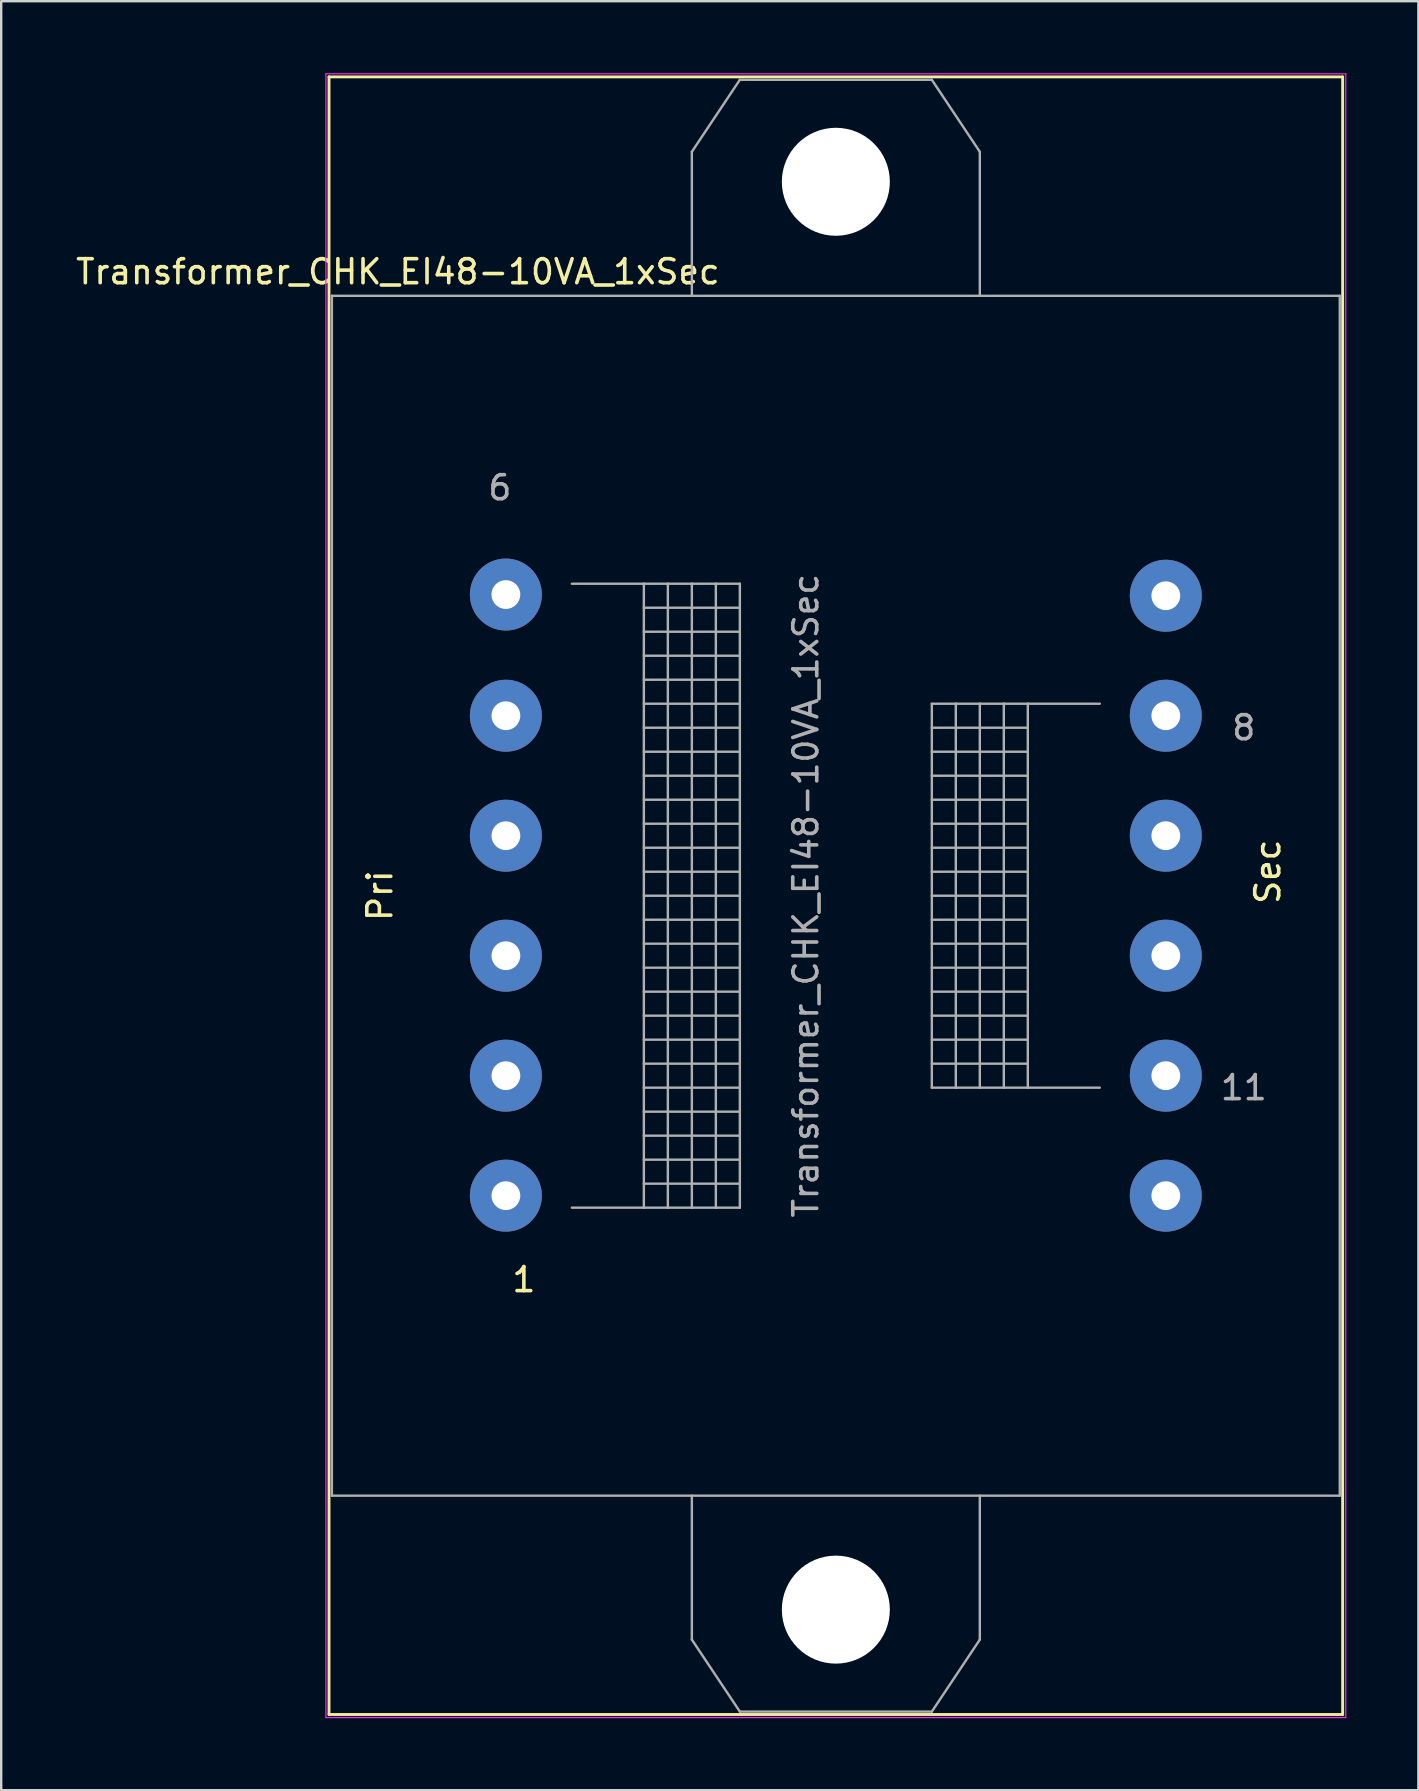
<source format=kicad_pcb>
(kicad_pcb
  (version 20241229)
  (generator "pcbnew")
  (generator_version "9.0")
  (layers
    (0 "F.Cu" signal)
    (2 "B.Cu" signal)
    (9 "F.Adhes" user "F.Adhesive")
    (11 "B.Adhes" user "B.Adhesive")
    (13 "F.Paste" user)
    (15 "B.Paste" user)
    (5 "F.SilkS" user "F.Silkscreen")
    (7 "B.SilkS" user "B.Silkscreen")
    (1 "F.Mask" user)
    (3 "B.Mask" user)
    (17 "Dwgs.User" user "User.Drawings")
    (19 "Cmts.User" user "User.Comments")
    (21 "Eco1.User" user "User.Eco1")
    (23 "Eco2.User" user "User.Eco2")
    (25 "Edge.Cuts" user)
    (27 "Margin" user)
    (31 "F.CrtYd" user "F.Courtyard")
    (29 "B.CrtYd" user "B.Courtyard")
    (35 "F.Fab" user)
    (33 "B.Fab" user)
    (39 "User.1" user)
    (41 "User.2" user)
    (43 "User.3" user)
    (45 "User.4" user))
  (footprint "Transformer_CHK_EI48-10VA_1xSec"
    (layer "F.Cu")
    (at 18.03 46.775)
    (property "Reference" "Transformer_CHK_EI48-10VA_1xSec" (at -4.5 -38.5 0) (layer "F.SilkS") (effects (font (size 1 1) (thickness 0.15))))
    (attr through_hole)
    (fp_line (start -7.37 -46.62) (end -7.37 21.62) (stroke (width 0.12) (type solid)) (layer "F.SilkS"))
    (fp_line (start -7.37 -46.62) (end 34.87 -46.62) (stroke (width 0.12) (type solid)) (layer "F.SilkS"))
    (fp_line (start 34.87 21.62) (end -7.37 21.62) (stroke (width 0.12) (type solid)) (layer "F.SilkS"))
    (fp_line (start 34.87 21.62) (end 34.87 -46.62) (stroke (width 0.12) (type solid)) (layer "F.SilkS"))
    (fp_line (start -7.5 -46.75) (end -7.5 21.75) (stroke (width 0.05) (type solid)) (layer "F.CrtYd"))
    (fp_line (start -7.5 -46.75) (end 35 -46.75) (stroke (width 0.05) (type solid)) (layer "F.CrtYd"))
    (fp_line (start 35 21.75) (end -7.5 21.75) (stroke (width 0.05) (type solid)) (layer "F.CrtYd"))
    (fp_line (start 35 21.75) (end 35 -46.75) (stroke (width 0.05) (type solid)) (layer "F.CrtYd"))
    (fp_line (start -7.25 -37.5) (end -7.25 12.5) (stroke (width 0.1) (type solid)) (layer "F.Fab"))
    (fp_line (start -7.25 12.5) (end 34.75 12.5) (stroke (width 0.1) (type solid)) (layer "F.Fab"))
    (fp_line (start 2.75 0.5) (end 5.75 0.5) (stroke (width 0.1) (type solid)) (layer "F.Fab"))
    (fp_line (start 5.75 -25.5) (end 2.75 -25.5) (stroke (width 0.1) (type solid)) (layer "F.Fab"))
    (fp_line (start 5.75 -25.5) (end 6.75 -25.5) (stroke (width 0.1) (type solid)) (layer "F.Fab"))
    (fp_line (start 5.75 -24.5) (end 9.75 -24.5) (stroke (width 0.1) (type solid)) (layer "F.Fab"))
    (fp_line (start 5.75 -23.5) (end 9.75 -23.5) (stroke (width 0.1) (type solid)) (layer "F.Fab"))
    (fp_line (start 5.75 -22.5) (end 9.75 -22.5) (stroke (width 0.1) (type solid)) (layer "F.Fab"))
    (fp_line (start 5.75 -21.5) (end 9.75 -21.5) (stroke (width 0.1) (type solid)) (layer "F.Fab"))
    (fp_line (start 5.75 -20.5) (end 9.75 -20.5) (stroke (width 0.1) (type solid)) (layer "F.Fab"))
    (fp_line (start 5.75 -19.5) (end 9.75 -19.5) (stroke (width 0.1) (type solid)) (layer "F.Fab"))
    (fp_line (start 5.75 -18.5) (end 9.75 -18.5) (stroke (width 0.1) (type solid)) (layer "F.Fab"))
    (fp_line (start 5.75 -17.5) (end 9.75 -17.5) (stroke (width 0.1) (type solid)) (layer "F.Fab"))
    (fp_line (start 5.75 -16.5) (end 9.75 -16.5) (stroke (width 0.1) (type solid)) (layer "F.Fab"))
    (fp_line (start 5.75 -15.5) (end 9.75 -15.5) (stroke (width 0.1) (type solid)) (layer "F.Fab"))
    (fp_line (start 5.75 -14.5) (end 9.75 -14.5) (stroke (width 0.1) (type solid)) (layer "F.Fab"))
    (fp_line (start 5.75 -13.5) (end 9.75 -13.5) (stroke (width 0.1) (type solid)) (layer "F.Fab"))
    (fp_line (start 5.75 -12.5) (end 9.75 -12.5) (stroke (width 0.1) (type solid)) (layer "F.Fab"))
    (fp_line (start 5.75 -11.5) (end 9.75 -11.5) (stroke (width 0.1) (type solid)) (layer "F.Fab"))
    (fp_line (start 5.75 -10.5) (end 9.75 -10.5) (stroke (width 0.1) (type solid)) (layer "F.Fab"))
    (fp_line (start 5.75 -9.5) (end 9.75 -9.5) (stroke (width 0.1) (type solid)) (layer "F.Fab"))
    (fp_line (start 5.75 -8.5) (end 9.75 -8.5) (stroke (width 0.1) (type solid)) (layer "F.Fab"))
    (fp_line (start 5.75 -7.5) (end 9.75 -7.5) (stroke (width 0.1) (type solid)) (layer "F.Fab"))
    (fp_line (start 5.75 -5.5) (end 9.75 -5.5) (stroke (width 0.1) (type solid)) (layer "F.Fab"))
    (fp_line (start 5.75 -4.5) (end 9.75 -4.5) (stroke (width 0.1) (type solid)) (layer "F.Fab"))
    (fp_line (start 5.75 -3.5) (end 9.75 -3.5) (stroke (width 0.1) (type solid)) (layer "F.Fab"))
    (fp_line (start 5.75 -2.5) (end 9.75 -2.5) (stroke (width 0.1) (type solid)) (layer "F.Fab"))
    (fp_line (start 5.75 -0.5) (end 9.75 -0.5) (stroke (width 0.1) (type solid)) (layer "F.Fab"))
    (fp_line (start 5.75 0.5) (end 5.75 -25.5) (stroke (width 0.1) (type solid)) (layer "F.Fab"))
    (fp_line (start 6.75 -25.5) (end 6.75 0.5) (stroke (width 0.1) (type solid)) (layer "F.Fab"))
    (fp_line (start 6.75 -25.5) (end 7.75 -25.5) (stroke (width 0.1) (type solid)) (layer "F.Fab"))
    (fp_line (start 6.75 -6.5) (end 5.75 -6.5) (stroke (width 0.1) (type solid)) (layer "F.Fab"))
    (fp_line (start 6.75 -6.5) (end 9.75 -6.5) (stroke (width 0.1) (type solid)) (layer "F.Fab"))
    (fp_line (start 6.75 -1.5) (end 5.75 -1.5) (stroke (width 0.1) (type solid)) (layer "F.Fab"))
    (fp_line (start 6.75 -1.5) (end 9.75 -1.5) (stroke (width 0.1) (type solid)) (layer "F.Fab"))
    (fp_line (start 6.75 0.5) (end 5.75 0.5) (stroke (width 0.1) (type solid)) (layer "F.Fab"))
    (fp_line (start 7.75 -43.5) (end 7.75 -37.5) (stroke (width 0.1) (type solid)) (layer "F.Fab"))
    (fp_line (start 7.75 -25.5) (end 7.75 0.5) (stroke (width 0.1) (type solid)) (layer "F.Fab"))
    (fp_line (start 7.75 -25.5) (end 8.75 -25.5) (stroke (width 0.1) (type solid)) (layer "F.Fab"))
    (fp_line (start 7.75 0.5) (end 6.75 0.5) (stroke (width 0.1) (type solid)) (layer "F.Fab"))
    (fp_line (start 7.75 18.5) (end 7.75 12.5) (stroke (width 0.1) (type solid)) (layer "F.Fab"))
    (fp_line (start 8.75 -25.5) (end 8.75 0.5) (stroke (width 0.1) (type solid)) (layer "F.Fab"))
    (fp_line (start 8.75 -25.5) (end 9.75 -25.5) (stroke (width 0.1) (type solid)) (layer "F.Fab"))
    (fp_line (start 8.75 0.5) (end 7.75 0.5) (stroke (width 0.1) (type solid)) (layer "F.Fab"))
    (fp_line (start 9.75 -46.5) (end 7.75 -43.5) (stroke (width 0.1) (type solid)) (layer "F.Fab"))
    (fp_line (start 9.75 -25.5) (end 9.75 0.5) (stroke (width 0.1) (type solid)) (layer "F.Fab"))
    (fp_line (start 9.75 0.5) (end 8.75 0.5) (stroke (width 0.1) (type solid)) (layer "F.Fab"))
    (fp_line (start 9.75 21.5) (end 7.75 18.5) (stroke (width 0.1) (type solid)) (layer "F.Fab"))
    (fp_line (start 17.75 -46.5) (end 9.75 -46.5) (stroke (width 0.1) (type solid)) (layer "F.Fab"))
    (fp_line (start 17.75 -20.5) (end 17.75 -4.5) (stroke (width 0.1) (type solid)) (layer "F.Fab"))
    (fp_line (start 17.75 -19.5) (end 21.75 -19.5) (stroke (width 0.1) (type solid)) (layer "F.Fab"))
    (fp_line (start 17.75 -18.5) (end 21.75 -18.5) (stroke (width 0.1) (type solid)) (layer "F.Fab"))
    (fp_line (start 17.75 -17.5) (end 21.75 -17.5) (stroke (width 0.1) (type solid)) (layer "F.Fab"))
    (fp_line (start 17.75 -16.5) (end 21.75 -16.5) (stroke (width 0.1) (type solid)) (layer "F.Fab"))
    (fp_line (start 17.75 -15.5) (end 21.75 -15.5) (stroke (width 0.1) (type solid)) (layer "F.Fab"))
    (fp_line (start 17.75 -13.5) (end 21.75 -13.5) (stroke (width 0.1) (type solid)) (layer "F.Fab"))
    (fp_line (start 17.75 -12.5) (end 21.75 -12.5) (stroke (width 0.1) (type solid)) (layer "F.Fab"))
    (fp_line (start 17.75 -11.5) (end 21.75 -11.5) (stroke (width 0.1) (type solid)) (layer "F.Fab"))
    (fp_line (start 17.75 -10.5) (end 21.75 -10.5) (stroke (width 0.1) (type solid)) (layer "F.Fab"))
    (fp_line (start 17.75 -9.5) (end 21.75 -9.5) (stroke (width 0.1) (type solid)) (layer "F.Fab"))
    (fp_line (start 17.75 -8.5) (end 21.75 -8.5) (stroke (width 0.1) (type solid)) (layer "F.Fab"))
    (fp_line (start 17.75 -7.5) (end 21.75 -7.5) (stroke (width 0.1) (type solid)) (layer "F.Fab"))
    (fp_line (start 17.75 -6.5) (end 21.75 -6.5) (stroke (width 0.1) (type solid)) (layer "F.Fab"))
    (fp_line (start 17.75 -5.5) (end 21.75 -5.5) (stroke (width 0.1) (type solid)) (layer "F.Fab"))
    (fp_line (start 17.75 -4.5) (end 18.75 -4.5) (stroke (width 0.1) (type solid)) (layer "F.Fab"))
    (fp_line (start 17.75 21.5) (end 9.75 21.5) (stroke (width 0.1) (type solid)) (layer "F.Fab"))
    (fp_line (start 18.75 -20.5) (end 17.75 -20.5) (stroke (width 0.1) (type solid)) (layer "F.Fab"))
    (fp_line (start 18.75 -20.5) (end 18.75 -4.5) (stroke (width 0.1) (type solid)) (layer "F.Fab"))
    (fp_line (start 18.75 -14.5) (end 17.75 -14.5) (stroke (width 0.1) (type solid)) (layer "F.Fab"))
    (fp_line (start 18.75 -14.5) (end 21.75 -14.5) (stroke (width 0.1) (type solid)) (layer "F.Fab"))
    (fp_line (start 18.75 -4.5) (end 19.75 -4.5) (stroke (width 0.1) (type solid)) (layer "F.Fab"))
    (fp_line (start 19.75 -43.5) (end 17.75 -46.5) (stroke (width 0.1) (type solid)) (layer "F.Fab"))
    (fp_line (start 19.75 -37.5) (end 19.75 -43.5) (stroke (width 0.1) (type solid)) (layer "F.Fab"))
    (fp_line (start 19.75 -20.5) (end 18.75 -20.5) (stroke (width 0.1) (type solid)) (layer "F.Fab"))
    (fp_line (start 19.75 -20.5) (end 19.75 -4.5) (stroke (width 0.1) (type solid)) (layer "F.Fab"))
    (fp_line (start 19.75 12.5) (end 19.75 18.5) (stroke (width 0.1) (type solid)) (layer "F.Fab"))
    (fp_line (start 19.75 18.5) (end 17.75 21.5) (stroke (width 0.1) (type solid)) (layer "F.Fab"))
    (fp_line (start 20.75 -20.5) (end 19.75 -20.5) (stroke (width 0.1) (type solid)) (layer "F.Fab"))
    (fp_line (start 20.75 -20.5) (end 20.75 -4.5) (stroke (width 0.1) (type solid)) (layer "F.Fab"))
    (fp_line (start 20.75 -4.5) (end 19.75 -4.5) (stroke (width 0.1) (type solid)) (layer "F.Fab"))
    (fp_line (start 20.75 -4.5) (end 21.75 -4.5) (stroke (width 0.1) (type solid)) (layer "F.Fab"))
    (fp_line (start 21.75 -20.5) (end 20.75 -20.5) (stroke (width 0.1) (type solid)) (layer "F.Fab"))
    (fp_line (start 21.75 -20.5) (end 21.75 -4.5) (stroke (width 0.1) (type solid)) (layer "F.Fab"))
    (fp_line (start 21.75 -4.5) (end 24.75 -4.5) (stroke (width 0.1) (type solid)) (layer "F.Fab"))
    (fp_line (start 24.75 -20.5) (end 21.75 -20.5) (stroke (width 0.1) (type solid)) (layer "F.Fab"))
    (fp_line (start 34.75 -37.5) (end -7.25 -37.5) (stroke (width 0.1) (type solid)) (layer "F.Fab"))
    (fp_line (start 34.75 12.5) (end 34.75 -37.5) (stroke (width 0.1) (type solid)) (layer "F.Fab"))
    (fp_text user "Pri" (at -5.25 -12.5 90) (layer "F.SilkS") (effects (font (size 1 1) (thickness 0.15))))
    (fp_text user "Sec" (at 31.75 -13.5 90) (layer "F.SilkS") (effects (font (size 1 1) (thickness 0.15))))
    (fp_text user "1" (at 0.75 3.5 0) (layer "F.SilkS") (effects (font (size 1 1) (thickness 0.15))))
    (fp_text user "${REFERENCE}" (at 12.5 -12.5 90) (layer "F.Fab") (effects (font (size 1 1) (thickness 0.15))))
    (fp_text user "8" (at 30.75 -19.5 0) (layer "F.Fab") (effects (font (size 1 1) (thickness 0.15))))
    (fp_text user "11" (at 30.75 -4.5 0) (layer "F.Fab") (effects (font (size 1 1) (thickness 0.15))))
    (fp_text user "6" (at -0.25 -29.5 0) (layer "F.Fab") (effects (font (size 1 1) (thickness 0.15))))
    (pad "" np_thru_hole circle (at 13.75 -42.25) (size 4.5 4.5) (drill 4.5) (layers "*.Cu" "*.Mask"))
    (pad "" np_thru_hole circle (at 13.75 17.25) (size 4.5 4.5) (drill 4.5) (layers "*.Cu" "*.Mask"))
    (pad "1" thru_hole circle (at 0 0) (size 3 3) (drill 1.2) (layers "*.Cu" "*.Mask"))
    (pad "2" thru_hole circle (at 0 -5) (size 3 3) (drill 1.2) (layers "*.Cu" "*.Mask"))
    (pad "3" thru_hole circle (at 0 -10) (size 3 3) (drill 1.2) (layers "*.Cu" "*.Mask"))
    (pad "4" thru_hole circle (at 0 -15) (size 3 3) (drill 1.2) (layers "*.Cu" "*.Mask"))
    (pad "5" thru_hole circle (at 0 -20) (size 3 3) (drill 1.2) (layers "*.Cu" "*.Mask"))
    (pad "6" thru_hole circle (at 0 -25.05) (size 3 3) (drill 1.2) (layers "*.Cu" "*.Mask"))
    (pad "7" thru_hole circle (at 27.5 -25) (size 3 3) (drill 1.2) (layers "*.Cu" "*.Mask"))
    (pad "8" thru_hole circle (at 27.5 -20) (size 3 3) (drill 1.2) (layers "*.Cu" "*.Mask"))
    (pad "9" thru_hole circle (at 27.5 -15) (size 3 3) (drill 1.2) (layers "*.Cu" "*.Mask"))
    (pad "10" thru_hole circle (at 27.5 -10) (size 3 3) (drill 1.2) (layers "*.Cu" "*.Mask"))
    (pad "11" thru_hole circle (at 27.5 -5) (size 3 3) (drill 1.2) (layers "*.Cu" "*.Mask"))
    (pad "12" thru_hole circle (at 27.5 0) (size 3 3) (drill 1.2) (layers "*.Cu" "*.Mask")))
  (gr_rect
    (start -3 -3)
    (end 56.055 71.55)
    (stroke (width 0.1) (type default))
    (fill no)
    (layer "Edge.Cuts")))
</source>
